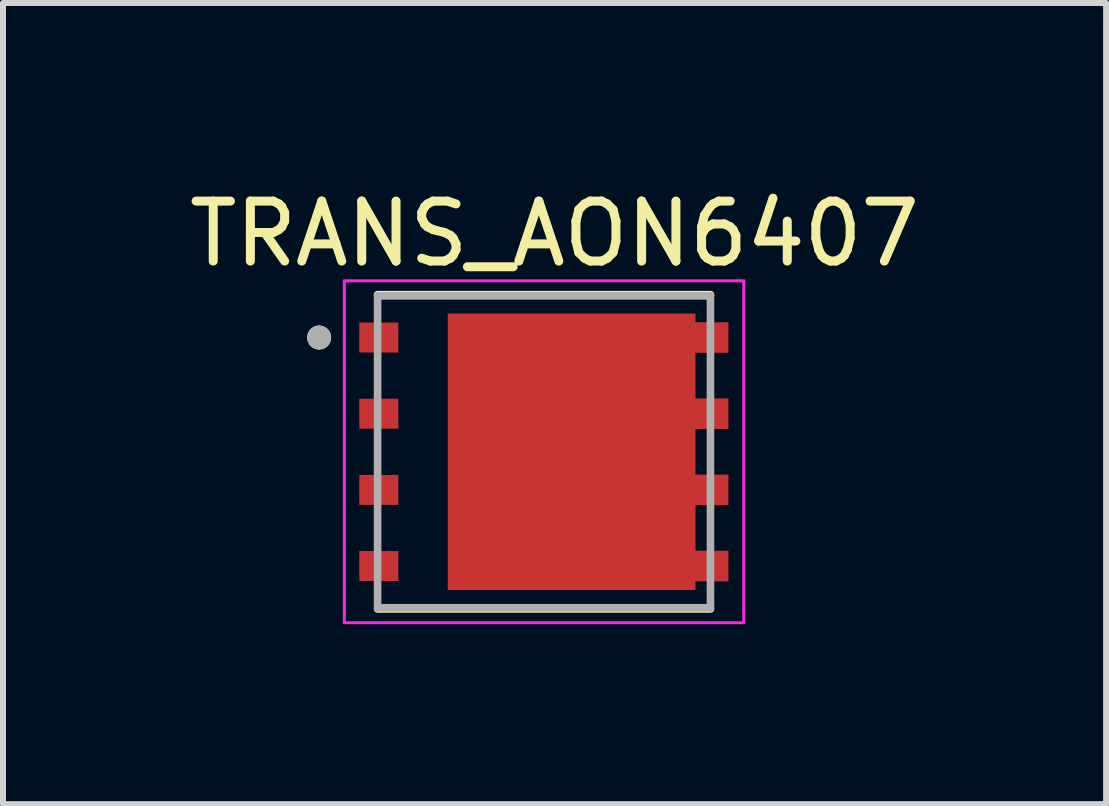
<source format=kicad_pcb>
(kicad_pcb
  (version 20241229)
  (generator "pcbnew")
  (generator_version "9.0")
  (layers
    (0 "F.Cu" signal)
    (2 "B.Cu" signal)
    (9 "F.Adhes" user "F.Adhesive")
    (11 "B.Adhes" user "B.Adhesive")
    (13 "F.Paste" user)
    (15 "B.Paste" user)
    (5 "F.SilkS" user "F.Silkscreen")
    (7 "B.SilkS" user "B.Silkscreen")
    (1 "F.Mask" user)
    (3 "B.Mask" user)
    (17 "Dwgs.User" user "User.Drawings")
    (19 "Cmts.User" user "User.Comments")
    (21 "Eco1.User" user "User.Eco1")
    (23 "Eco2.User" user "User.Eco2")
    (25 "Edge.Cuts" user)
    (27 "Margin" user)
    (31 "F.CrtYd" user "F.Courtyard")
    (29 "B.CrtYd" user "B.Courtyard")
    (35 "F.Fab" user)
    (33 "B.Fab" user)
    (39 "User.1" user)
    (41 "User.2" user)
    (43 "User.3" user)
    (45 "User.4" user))
  (footprint "TRANS_AON6407"
    (layer "F.Cu")
    (at 6.021 4.483)
    (property "Reference" "TRANS_AON6407" (at 0.175 -3.635 0) (layer "F.SilkS") (effects (font (size 1 1) (thickness 0.15))))
    (attr smd)
    (fp_poly (pts (xy -1.7 -2.4) (xy 2.62 -2.4) (xy 2.62 -2.255) (xy 3.17 -2.255) (xy 3.17 -1.555) (xy 2.62 -1.555) (xy 2.62 -0.985) (xy 3.17 -0.985) (xy 3.17 -0.285) (xy 2.62 -0.285) (xy 2.62 0.285) (xy 3.17 0.285) (xy 3.17 0.985) (xy 2.62 0.985) (xy 2.62 1.555) (xy 3.17 1.555) (xy 3.17 2.255) (xy 2.62 2.255) (xy 2.62 2.4) (xy -1.7 2.4)) (stroke (width 0.01) (type solid)) (fill yes) (layer "F.Mask"))
    (fp_line (start -2.775 2.62) (end 2.775 2.62) (stroke (width 0.127) (type solid)) (layer "F.SilkS"))
    (fp_line (start 2.775 -2.62) (end -2.775 -2.62) (stroke (width 0.127) (type solid)) (layer "F.SilkS"))
    (fp_circle (center -3.75 -1.905) (end -3.65 -1.905) (stroke (width 0.2) (type solid)) (fill no) (layer "F.SilkS"))
    (fp_poly (pts (xy -1.28 -1.98) (xy 0.14 -1.98) (xy 0.14 -0.32) (xy -1.28 -0.32)) (stroke (width 0.01) (type solid)) (fill yes) (layer "F.Paste"))
    (fp_poly (pts (xy -1.28 0.32) (xy 0.14 0.32) (xy 0.14 1.98) (xy -1.28 1.98)) (stroke (width 0.01) (type solid)) (fill yes) (layer "F.Paste"))
    (fp_poly (pts (xy 0.78 -1.98) (xy 2.2 -1.98) (xy 2.2 -0.32) (xy 0.78 -0.32)) (stroke (width 0.01) (type solid)) (fill yes) (layer "F.Paste"))
    (fp_poly (pts (xy 0.78 0.32) (xy 2.2 0.32) (xy 2.2 1.98) (xy 0.78 1.98)) (stroke (width 0.01) (type solid)) (fill yes) (layer "F.Paste"))
    (fp_poly (pts (xy 2.525 -2.155) (xy 3.07 -2.155) (xy 3.07 -1.655) (xy 2.525 -1.655)) (stroke (width 0.01) (type solid)) (fill yes) (layer "F.Paste"))
    (fp_poly (pts (xy 2.525 -0.885) (xy 3.07 -0.885) (xy 3.07 -0.385) (xy 2.525 -0.385)) (stroke (width 0.01) (type solid)) (fill yes) (layer "F.Paste"))
    (fp_poly (pts (xy 2.525 0.385) (xy 3.07 0.385) (xy 3.07 0.885) (xy 2.525 0.885)) (stroke (width 0.01) (type solid)) (fill yes) (layer "F.Paste"))
    (fp_poly (pts (xy 2.525 1.655) (xy 3.07 1.655) (xy 3.07 2.155) (xy 2.525 2.155)) (stroke (width 0.01) (type solid)) (fill yes) (layer "F.Paste"))
    (fp_line (start -3.33 -2.85) (end 3.33 -2.85) (stroke (width 0.05) (type solid)) (layer "F.CrtYd"))
    (fp_line (start -3.33 2.85) (end -3.33 -2.85) (stroke (width 0.05) (type solid)) (layer "F.CrtYd"))
    (fp_line (start 3.33 -2.85) (end 3.33 2.85) (stroke (width 0.05) (type solid)) (layer "F.CrtYd"))
    (fp_line (start 3.33 2.85) (end -3.33 2.85) (stroke (width 0.05) (type solid)) (layer "F.CrtYd"))
    (fp_line (start -2.775 -2.6) (end -2.775 2.6) (stroke (width 0.127) (type solid)) (layer "F.Fab"))
    (fp_line (start -2.775 2.6) (end 2.775 2.6) (stroke (width 0.127) (type solid)) (layer "F.Fab"))
    (fp_line (start 2.775 -2.6) (end -2.775 -2.6) (stroke (width 0.127) (type solid)) (layer "F.Fab"))
    (fp_line (start 2.775 2.6) (end 2.775 -2.6) (stroke (width 0.127) (type solid)) (layer "F.Fab"))
    (fp_circle (center -3.75 -1.905) (end -3.65 -1.905) (stroke (width 0.2) (type solid)) (fill no) (layer "F.Fab"))
    (pad "1" smd rect (at -2.755 -1.905) (size 0.65 0.5) (layers "F.Cu" "F.Mask" "F.Paste"))
    (pad "2" smd rect (at -2.755 -0.635) (size 0.65 0.5) (layers "F.Cu" "F.Mask" "F.Paste"))
    (pad "3" smd rect (at -2.755 0.635) (size 0.65 0.5) (layers "F.Cu" "F.Mask" "F.Paste"))
    (pad "4" smd rect (at -2.755 1.905) (size 0.65 0.5) (layers "F.Cu" "F.Mask" "F.Paste"))
    (pad "5_8" smd custom (at 0.46 0) (size 0.5 0.5) (layers "F.Cu") (options (anchor rect)) (primitives (gr_poly (pts (xy -2.06 -2.3) (xy 2.06 -2.3) (xy 2.06 -2.155) (xy 2.61 -2.155) (xy 2.61 -1.655) (xy 2.06 -1.655) (xy 2.06 -0.885) (xy 2.61 -0.885) (xy 2.61 -0.385) (xy 2.06 -0.385) (xy 2.06 0.385) (xy 2.61 0.385) (xy 2.61 0.885) (xy 2.06 0.885) (xy 2.06 1.655) (xy 2.61 1.655) (xy 2.61 2.155) (xy 2.06 2.155) (xy 2.06 2.3) (xy -2.06 2.3)) (width 0.01) (fill yes)))))
  (gr_rect
    (start -3 -3)
    (end 15.393 10.358)
    (stroke (width 0.1) (type default))
    (fill no)
    (layer "Edge.Cuts")))
</source>
